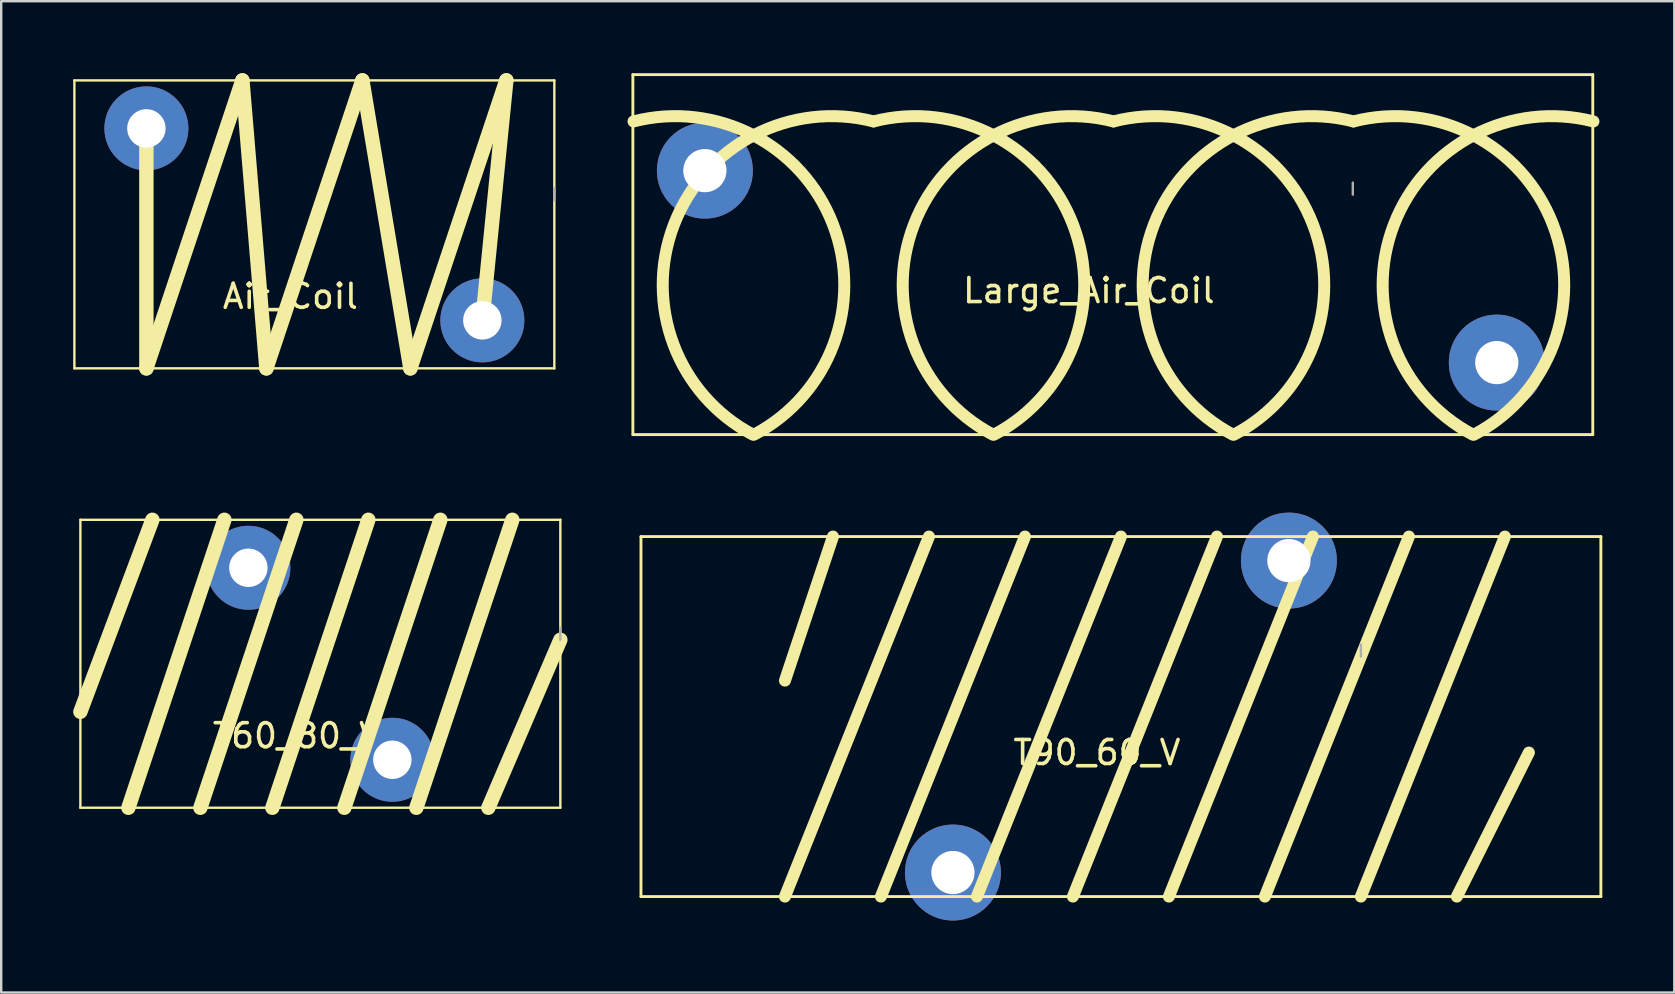
<source format=kicad_pcb>
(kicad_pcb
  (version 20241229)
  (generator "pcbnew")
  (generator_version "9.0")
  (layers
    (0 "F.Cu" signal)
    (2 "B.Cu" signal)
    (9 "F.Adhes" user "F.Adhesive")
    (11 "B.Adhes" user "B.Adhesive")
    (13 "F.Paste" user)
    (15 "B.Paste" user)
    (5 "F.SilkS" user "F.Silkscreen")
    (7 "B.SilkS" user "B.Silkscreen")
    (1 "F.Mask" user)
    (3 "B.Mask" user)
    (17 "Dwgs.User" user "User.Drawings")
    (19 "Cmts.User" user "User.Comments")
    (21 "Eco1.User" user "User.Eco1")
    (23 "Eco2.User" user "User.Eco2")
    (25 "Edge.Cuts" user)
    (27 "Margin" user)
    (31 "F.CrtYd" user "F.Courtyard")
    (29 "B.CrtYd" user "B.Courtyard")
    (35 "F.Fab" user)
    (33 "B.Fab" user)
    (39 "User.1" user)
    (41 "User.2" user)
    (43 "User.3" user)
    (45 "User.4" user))
  (footprint "Air_Coil"
    (layer "F.Cu")
    (at 10.05 6.3)
    (property "Reference" "Air_Coil" (at -1 3 0) (layer "F.SilkS") (effects (font (size 1 1) (thickness 0.15))))
    (attr through_hole)
    (fp_line (start -10 -6) (end 10 -6) (stroke (width 0.1) (type solid)) (layer "F.SilkS"))
    (fp_line (start -10 6) (end -10 -6) (stroke (width 0.1) (type solid)) (layer "F.SilkS"))
    (fp_line (start -7 -4) (end -7 6) (stroke (width 0.6) (type default)) (layer "F.SilkS"))
    (fp_line (start -3 -6) (end -7 6) (stroke (width 0.6) (type solid)) (layer "F.SilkS"))
    (fp_line (start -3 -6) (end -2 6) (stroke (width 0.6) (type default)) (layer "F.SilkS"))
    (fp_line (start 2 -6) (end -2 6) (stroke (width 0.6) (type solid)) (layer "F.SilkS"))
    (fp_line (start 2 -6) (end 4 6) (stroke (width 0.6) (type default)) (layer "F.SilkS"))
    (fp_line (start 8 -6) (end 4 6) (stroke (width 0.6) (type solid)) (layer "F.SilkS"))
    (fp_line (start 8 -6) (end 7 4) (stroke (width 0.6) (type default)) (layer "F.SilkS"))
    (fp_line (start 10 -6) (end 10 6) (stroke (width 0.1) (type solid)) (layer "F.SilkS"))
    (fp_line (start 10 6) (end -10 6) (stroke (width 0.1) (type solid)) (layer "F.SilkS"))
    (fp_line (start 10 -1) (end 10 -1.5) (stroke (width 0.1) (type solid)) (layer "F.Fab"))
    (pad "1" thru_hole circle (at -7 -4) (size 3.5 3.5) (drill 1.6) (layers "*.Cu" "*.Mask"))
    (pad "2" thru_hole circle (at 7 4) (size 3.5 3.5) (drill 1.6) (layers "*.Cu" "*.Mask")))
  (footprint "Large_Air_Coil"
    (layer "F.Cu")
    (at 43.323 6.06)
    (property "Reference" "Large_Air_Coil" (at -1 3 0) (layer "F.SilkS") (effects (font (size 1 1) (thickness 0.15))))
    (attr through_hole)
    (fp_line (start -20 -6) (end 20 -6) (stroke (width 0.12) (type default)) (layer "F.SilkS"))
    (fp_line (start -20 9) (end -20 -6) (stroke (width 0.12) (type default)) (layer "F.SilkS"))
    (fp_line (start 20 -6) (end 20 9) (stroke (width 0.12) (type default)) (layer "F.SilkS"))
    (fp_line (start 20 9) (end -20 9) (stroke (width 0.12) (type default)) (layer "F.SilkS"))
    (fp_arc (start -19.973458 -4.050304) (mid -11.661941 0.241558) (end -14.946916 9.000001) (stroke (width 0.5) (type default)) (layer "F.SilkS"))
    (fp_arc (start -15 9) (mid -18.284974 0.241557) (end -9.973458 -4.050305) (stroke (width 0.5) (type default)) (layer "F.SilkS"))
    (fp_arc (start -9.973458 -4.050304) (mid -1.661941 0.241558) (end -4.946916 9.000001) (stroke (width 0.5) (type default)) (layer "F.SilkS"))
    (fp_arc (start -5 9) (mid -8.284974 0.241557) (end 0.026542 -4.050305) (stroke (width 0.5) (type default)) (layer "F.SilkS"))
    (fp_arc (start 0.026542 -4.050304) (mid 8.338059 0.241558) (end 5.053084 9.000001) (stroke (width 0.5) (type default)) (layer "F.SilkS"))
    (fp_arc (start 5 9) (mid 1.715026 0.241557) (end 10.026542 -4.050305) (stroke (width 0.5) (type default)) (layer "F.SilkS"))
    (fp_arc (start 10.026542 -4.050304) (mid 18.338059 0.241558) (end 15.053084 9.000001) (stroke (width 0.5) (type default)) (layer "F.SilkS"))
    (fp_arc (start 15 9) (mid 11.715026 0.241557) (end 20.026542 -4.050305) (stroke (width 0.5) (type default)) (layer "F.SilkS"))
    (fp_line (start 10 -1) (end 10 -1.5) (stroke (width 0.1) (type solid)) (layer "F.Fab"))
    (pad "1" thru_hole circle (at -17 -2) (size 4 4) (drill 1.8) (layers "*.Cu" "*.Mask"))
    (pad "2" thru_hole circle (at 16 6) (size 4 4) (drill 1.8) (layers "*.Cu" "*.Mask")))
  (footprint "T60_80_V"
    (layer "F.Cu")
    (at 10.3 24.61)
    (property "Reference" "T60_80_V" (at -1 3 0) (layer "F.SilkS") (effects (font (size 1 1) (thickness 0.15))))
    (attr through_hole)
    (fp_line (start -10 -6) (end 10 -6) (stroke (width 0.1) (type solid)) (layer "F.SilkS"))
    (fp_line (start -10 6) (end -10 -6) (stroke (width 0.1) (type solid)) (layer "F.SilkS"))
    (fp_line (start -7 -6) (end -10 2) (stroke (width 0.6) (type solid)) (layer "F.SilkS"))
    (fp_line (start -4 -6) (end -8 6) (stroke (width 0.6) (type solid)) (layer "F.SilkS"))
    (fp_line (start -1 -6) (end -5 6) (stroke (width 0.6) (type solid)) (layer "F.SilkS"))
    (fp_line (start 2 -6) (end -2 6) (stroke (width 0.6) (type solid)) (layer "F.SilkS"))
    (fp_line (start 5 -6) (end 1 6) (stroke (width 0.6) (type solid)) (layer "F.SilkS"))
    (fp_line (start 7 6) (end 10 -1) (stroke (width 0.6) (type solid)) (layer "F.SilkS"))
    (fp_line (start 8 -6) (end 4 6) (stroke (width 0.6) (type solid)) (layer "F.SilkS"))
    (fp_line (start 10 -6) (end 10 6) (stroke (width 0.1) (type solid)) (layer "F.SilkS"))
    (fp_line (start 10 6) (end -10 6) (stroke (width 0.1) (type solid)) (layer "F.SilkS"))
    (fp_line (start 10 -1) (end 10 -1.5) (stroke (width 0.1) (type solid)) (layer "F.Fab"))
    (pad "1" thru_hole circle (at -3 -4) (size 3.5 3.5) (drill 1.6) (layers "*.Cu" "*.Mask"))
    (pad "2" thru_hole circle (at 3 4) (size 3.5 3.5) (drill 1.6) (layers "*.Cu" "*.Mask")))
  (footprint "T90_60_V"
    (layer "F.Cu")
    (at 43.66 25.31)
    (property "Reference" "T90_60_V" (at -1 3 0) (layer "F.SilkS") (effects (font (size 1 1) (thickness 0.15))))
    (attr through_hole)
    (fp_line (start -20 -6) (end -20 9) (stroke (width 0.12) (type default)) (layer "F.SilkS"))
    (fp_line (start -20 -6) (end 20 -6) (stroke (width 0.12) (type default)) (layer "F.SilkS"))
    (fp_line (start -12 -6) (end -14 0) (stroke (width 0.5) (type default)) (layer "F.SilkS"))
    (fp_line (start -8 -6) (end -14 9) (stroke (width 0.5) (type default)) (layer "F.SilkS"))
    (fp_line (start -4 -6) (end -10 9) (stroke (width 0.5) (type default)) (layer "F.SilkS"))
    (fp_line (start 0 -6) (end -6 9) (stroke (width 0.5) (type default)) (layer "F.SilkS"))
    (fp_line (start 4 -6) (end -2 9) (stroke (width 0.5) (type default)) (layer "F.SilkS"))
    (fp_line (start 8 -6) (end 2 9) (stroke (width 0.5) (type default)) (layer "F.SilkS"))
    (fp_line (start 12 -6) (end 6 9) (stroke (width 0.5) (type default)) (layer "F.SilkS"))
    (fp_line (start 14 9) (end 17 3) (stroke (width 0.5) (type default)) (layer "F.SilkS"))
    (fp_line (start 16 -6) (end 10 9) (stroke (width 0.5) (type default)) (layer "F.SilkS"))
    (fp_line (start 20 -6) (end 20 9) (stroke (width 0.12) (type default)) (layer "F.SilkS"))
    (fp_line (start 20 9) (end -20 9) (stroke (width 0.12) (type default)) (layer "F.SilkS"))
    (fp_line (start 10 -1) (end 10 -1.5) (stroke (width 0.1) (type solid)) (layer "F.Fab"))
    (pad "1" thru_hole circle (at -7 8) (size 4 4) (drill 1.8) (layers "*.Cu" "*.Mask"))
    (pad "2" thru_hole circle (at 7 -5) (size 4 4) (drill 1.8) (layers "*.Cu" "*.Mask")))
  (gr_rect
    (start -3 -3)
    (end 66.72 38.31)
    (stroke (width 0.1) (type default))
    (fill no)
    (layer "Edge.Cuts")))
</source>
